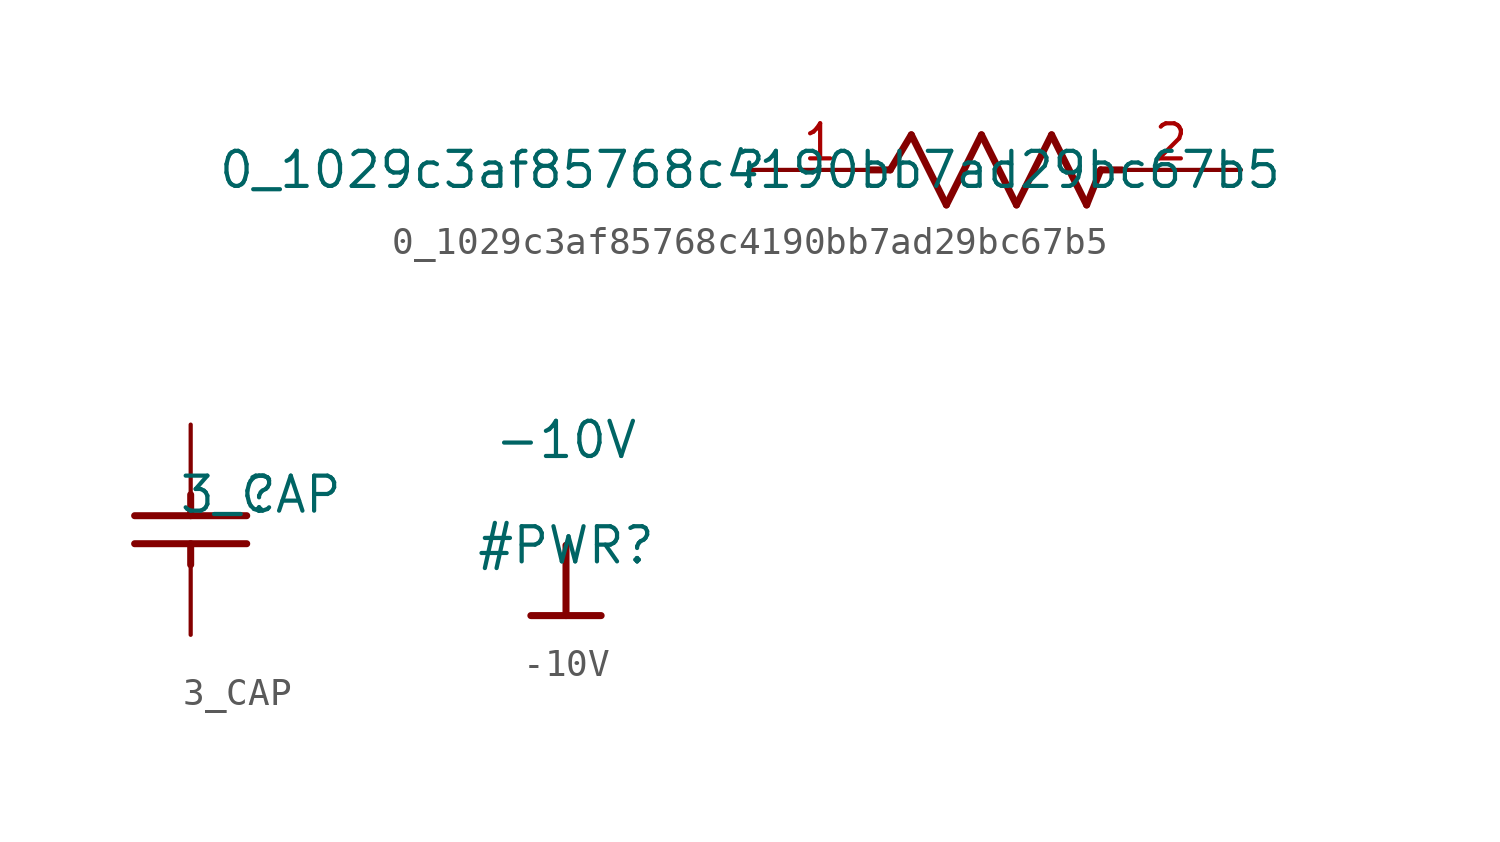
<source format=kicad_sym>
(kicad_symbol_lib
  (version 20211014)
  (generator kicad_symbol_editor)
  (symbol "0_1029c3af85768c4190bb7ad29bc67b5"
    (property "Reference" ""
      (at 0 0 0)
      (effects (font (size 1.27 1.27))))
    (property "Value" "0_1029c3af85768c4190bb7ad29bc67b5"
      (at 0 0 0)
      (effects (font (size 1.27 1.27))))
    (symbol "0_1029c3af85768c4190bb7ad29bc67b5_1_0"
      (polyline (pts (xy 5.08 0) (xy 4.318 0)) (stroke (width 0.254) (type default) (color 0 0 0 0)) (fill (type none)))
      (polyline (pts (xy 5.08 0) (xy 5.842 1.27)) (stroke (width 0.254) (type default) (color 0 0 0 0)) (fill (type none)))
      (polyline (pts (xy 5.842 1.27) (xy 7.112 -1.27)) (stroke (width 0.254) (type default) (color 0 0 0 0)) (fill (type none)))
      (polyline (pts (xy 7.112 -1.27) (xy 8.382 1.27)) (stroke (width 0.254) (type default) (color 0 0 0 0)) (fill (type none)))
      (polyline (pts (xy 8.382 1.27) (xy 9.652 -1.27)) (stroke (width 0.254) (type default) (color 0 0 0 0)) (fill (type none)))
      (polyline (pts (xy 9.652 -1.27) (xy 10.922 1.27)) (stroke (width 0.254) (type default) (color 0 0 0 0)) (fill (type none)))
      (polyline (pts (xy 10.922 1.27) (xy 12.192 -1.27)) (stroke (width 0.254) (type default) (color 0 0 0 0)) (fill (type none)))
      (polyline (pts (xy 12.192 -1.27) (xy 12.7 0)) (stroke (width 0.254) (type default) (color 0 0 0 0)) (fill (type none)))
      (polyline (pts (xy 12.7 0) (xy 13.462 0)) (stroke (width 0.254) (type default) (color 0 0 0 0)) (fill (type none)))
      (pin passive line (at 0 0 0) (length 5.08) (name "1" (effects (font (size 0 0)))) (number "1" (effects (font (size 1.27 1.27)))))
      (pin passive line (at 17.78 0 180) (length 5.08) (name "2" (effects (font (size 0 0)))) (number "2" (effects (font (size 1.27 1.27)))))))
  (symbol "3_CAP"
    (property "Reference" ""
      (at 0 0 0)
      (effects (font (size 1.27 1.27))))
    (property "Value" "3_CAP"
      (at 0 0 0)
      (effects (font (size 1.27 1.27))))
    (symbol "3_CAP_1_0"
      (polyline (pts (xy -4.572 -0.762) (xy -0.508 -0.762)) (stroke (width 0.254) (type default) (color 0 0 0 0)) (fill (type none)))
      (polyline (pts (xy -2.54 -2.54) (xy -2.54 -1.778)) (stroke (width 0.254) (type default) (color 0 0 0 0)) (fill (type none)))
      (polyline (pts (xy -2.54 0) (xy -2.54 -0.762)) (stroke (width 0.254) (type default) (color 0 0 0 0)) (fill (type none)))
      (polyline (pts (xy -0.508 -1.778) (xy -4.572 -1.778)) (stroke (width 0.254) (type default) (color 0 0 0 0)) (fill (type none)))
      (pin passive line (at -2.54 2.54 270) (length 2.54) (name "1" (effects (font (size 0 0)))) (number "1" (effects (font (size 0 0)))))
      (pin passive line (at -2.54 -5.08 90) (length 2.54) (name "2" (effects (font (size 0 0)))) (number "2" (effects (font (size 0 0)))))))
  (symbol "-10V"
    (power)
    (property "Reference" "#PWR"
      (at 0 0 0)
      (effects (font (size 1.27 1.27))))
    (property "Value" "-10V"
      (at 0 3.81 0)
      (effects (font (size 1.27 1.27))))
    (symbol "-10V_0_0"
      (polyline (pts (xy -1.27 -2.54) (xy 1.27 -2.54)) (stroke (width 0.254) (type default) (color 0 0 0 0)) (fill (type none)))
      (polyline (pts (xy 0 0) (xy 0 -2.54)) (stroke (width 0.254) (type default) (color 0 0 0 0)) (fill (type none)))
      (pin power_in line (at 0 0 0) (length 0) hide (name "-10V" (effects (font (size 1.27 1.27)))) (number "" (effects (font (size 1.27 1.27))))))))
</source>
